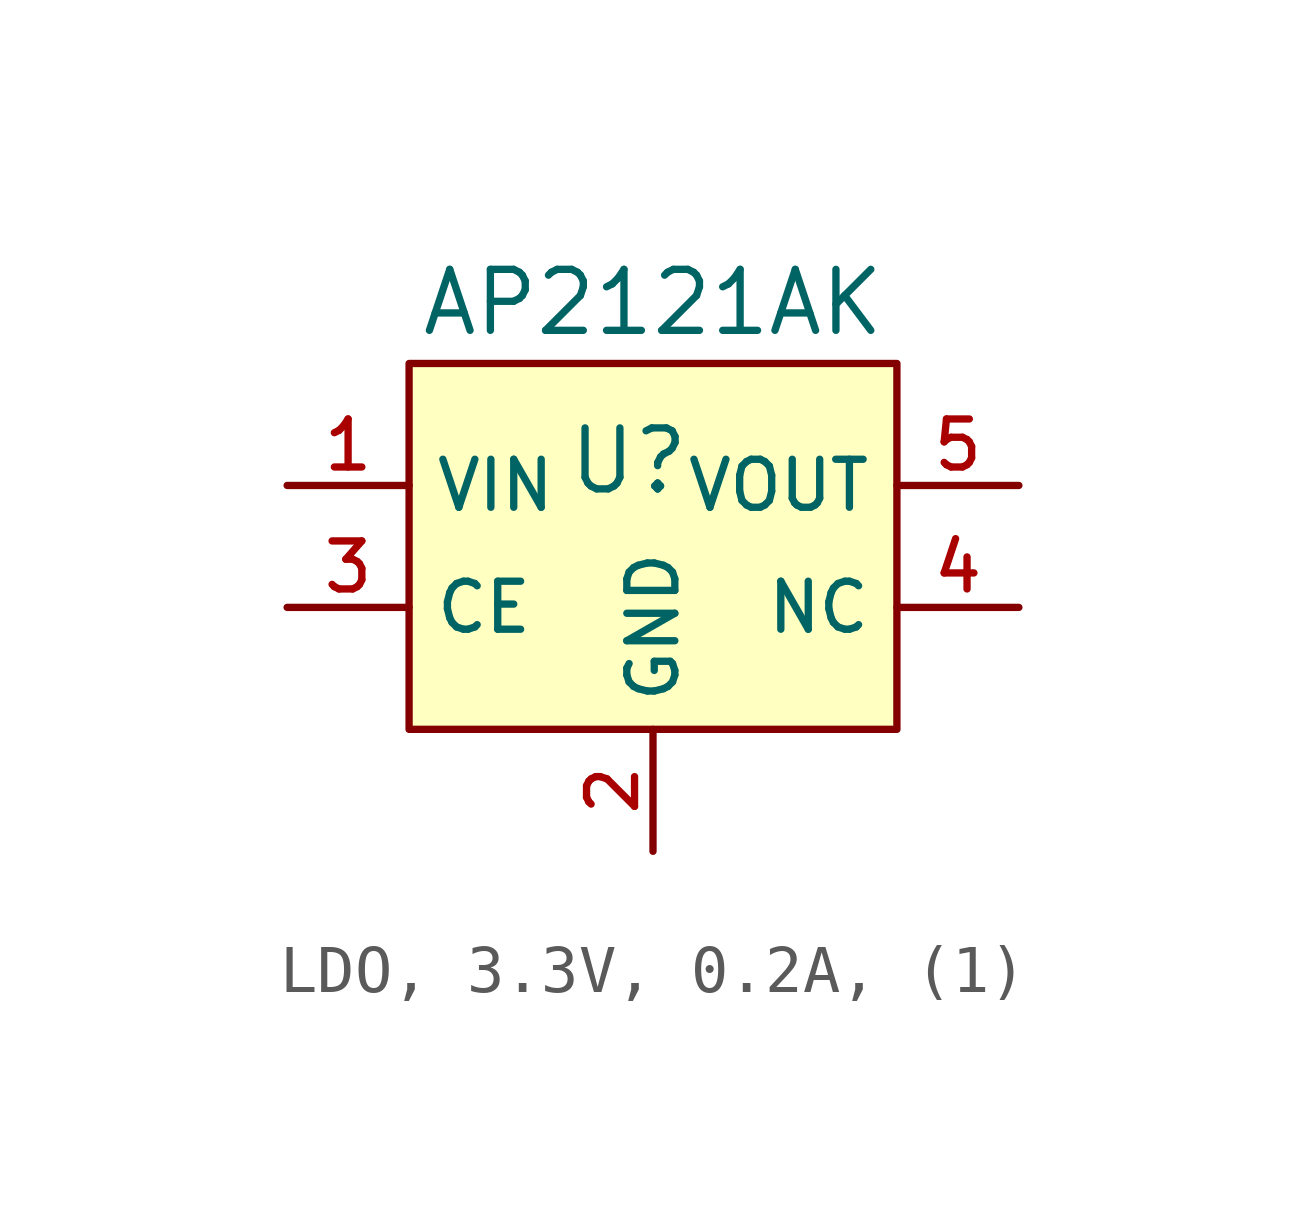
<source format=kicad_sym>
(kicad_symbol_lib
  (version 20231120)
  (generator "CDFER_Archive_Tool")
  (generator_version "0.0")
  (symbol "LDO, 3.3V, 0.2A, (1)"
    (property "Reference" "U"
      (at -0.508 3.048 0)
      (effects (font (size 1.27 1.27))))
    (property "Value" "AP2121AK"
      (at 0 6.35 0)
      (effects (font (size 1.27 1.27))))
    (symbol "LDO, 3.3V, 0.2A, (1)_0_1"
      (rectangle (start -5.08 5.08) (end 5.08 -2.54) (stroke (width 0) (type default)) (fill (type background)))
      (pin unspecified line (at -7.62 2.54 0) (length 2.54) (name "VIN" (effects (font (size 1 1)))) (number "1" (effects (font (size 1 1)))))
      (pin unspecified line (at 0 -5.08 90) (length 2.54) (name "GND" (effects (font (size 1 1)))) (number "2" (effects (font (size 1 1)))))
      (pin unspecified line (at -7.62 0 0) (length 2.54) (name "CE" (effects (font (size 1 1)))) (number "3" (effects (font (size 1 1)))))
      (pin unspecified line (at 7.62 0 180) (length 2.54) (name "NC" (effects (font (size 1 1)))) (number "4" (effects (font (size 1 1)))))
      (pin unspecified line (at 7.62 2.54 180) (length 2.54) (name "VOUT" (effects (font (size 1 1)))) (number "5" (effects (font (size 1 1))))))))
</source>
